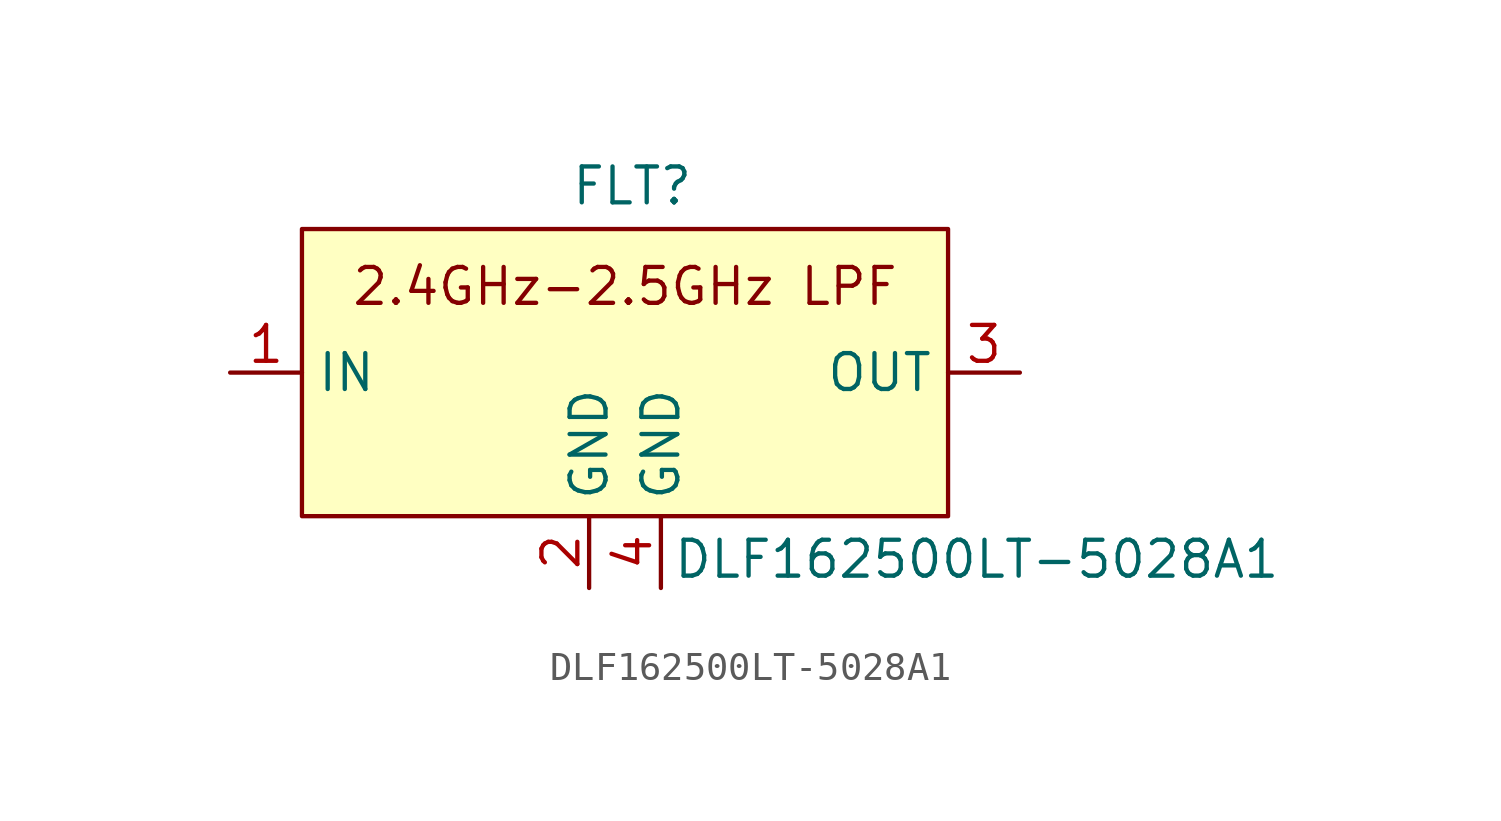
<source format=kicad_sym>
(kicad_symbol_lib
  (version 20231120)
  (generator "kicad_symbol_editor")
  (generator_version "8.0")
  (symbol "DLF162500LT-5028A1"
    (property "Reference" "FLT"
      (at 0.254 6.604 0)
      (effects (font (size 1.27 1.27))))
    (property "Value" "DLF162500LT-5028A1"
      (at 12.446 -6.604 0)
      (effects (font (size 1.27 1.27))))
    (symbol "DLF162500LT-5028A1_0_0"
      (pin passive line (at -13.97 0 0) (length 2.54) (name "IN" (effects (font (size 1.27 1.27)))) (number "1" (effects (font (size 1.27 1.27)))))
      (pin passive line (at -1.27 -7.62 90) (length 2.54) (name "GND" (effects (font (size 1.27 1.27)))) (number "2" (effects (font (size 1.27 1.27)))))
      (pin passive line (at 13.97 0 180) (length 2.54) (name "OUT" (effects (font (size 1.27 1.27)))) (number "3" (effects (font (size 1.27 1.27)))))
      (pin passive line (at 1.27 -7.62 90) (length 2.54) (name "GND" (effects (font (size 1.27 1.27)))) (number "4" (effects (font (size 1.27 1.27))))))
    (symbol "DLF162500LT-5028A1_1_1"
      (polyline (pts (xy -11.43 5.08) (xy -11.43 -5.08) (xy 11.43 -5.08) (xy 11.43 5.08) (xy -11.43 5.08)) (stroke (width 0) (type default)) (fill (type background)))
      (text "2.4GHz-2.5GHz LPF\n" (at 0 3.048 0) (effects (font (size 1.27 1.27)))))))
</source>
